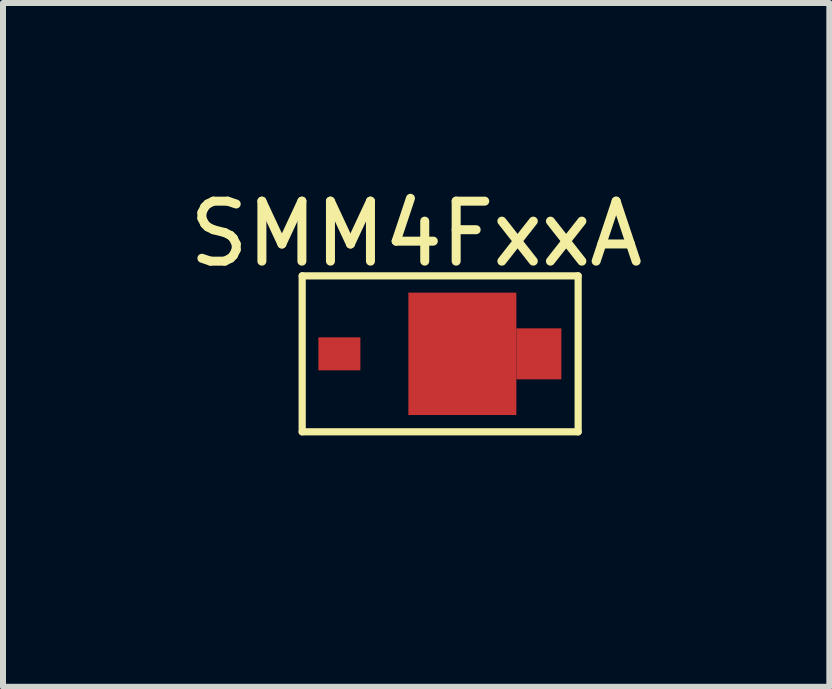
<source format=kicad_pcb>
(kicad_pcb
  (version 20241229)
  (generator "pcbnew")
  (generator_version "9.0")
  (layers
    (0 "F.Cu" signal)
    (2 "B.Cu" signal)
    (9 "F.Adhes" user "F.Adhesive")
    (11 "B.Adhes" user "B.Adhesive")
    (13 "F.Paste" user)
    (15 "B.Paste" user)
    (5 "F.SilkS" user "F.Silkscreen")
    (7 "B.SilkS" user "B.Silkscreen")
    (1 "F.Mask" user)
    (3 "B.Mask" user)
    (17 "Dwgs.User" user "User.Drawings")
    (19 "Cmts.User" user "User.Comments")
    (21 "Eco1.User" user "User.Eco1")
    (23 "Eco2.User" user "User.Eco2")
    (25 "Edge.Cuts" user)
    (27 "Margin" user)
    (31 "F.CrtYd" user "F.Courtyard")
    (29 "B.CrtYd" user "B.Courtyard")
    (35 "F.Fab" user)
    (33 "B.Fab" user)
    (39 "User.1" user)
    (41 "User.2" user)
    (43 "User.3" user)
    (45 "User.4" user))
  (footprint "SMM4FxxA"
    (layer "F.Cu")
    (at 0.787 5.148)
    (property "Reference" "SMM4FxxA" (at 3.1 -4.3 0) (layer "F.SilkS") (effects (font (size 1 1) (thickness 0.15))))
    (attr through_hole)
    (fp_line (start 1.2 -3.6) (end 5.8 -3.6) (stroke (width 0.12) (type solid)) (layer "F.SilkS"))
    (fp_line (start 1.2 -1) (end 1.2 -3.6) (stroke (width 0.12) (type solid)) (layer "F.SilkS"))
    (fp_line (start 5.8 -3.6) (end 5.8 -1) (stroke (width 0.12) (type solid)) (layer "F.SilkS"))
    (fp_line (start 5.8 -1) (end 1.2 -1) (stroke (width 0.12) (type solid)) (layer "F.SilkS"))
    (pad "1" smd rect (at 1.82 -2.3) (size 0.7 0.55) (layers "F.Cu" "F.Mask" "F.Paste"))
    (pad "2" smd rect (at 3.87 -2.3) (size 1.8 2.04) (layers "F.Cu" "F.Mask" "F.Paste"))
    (pad "2" smd rect (at 5.145 -2.3) (size 0.75 0.85) (layers "F.Cu" "F.Mask" "F.Paste")))
  (gr_rect
    (start -3 -3)
    (end 10.774 8.398)
    (stroke (width 0.1) (type default))
    (fill no)
    (layer "Edge.Cuts")))
</source>
